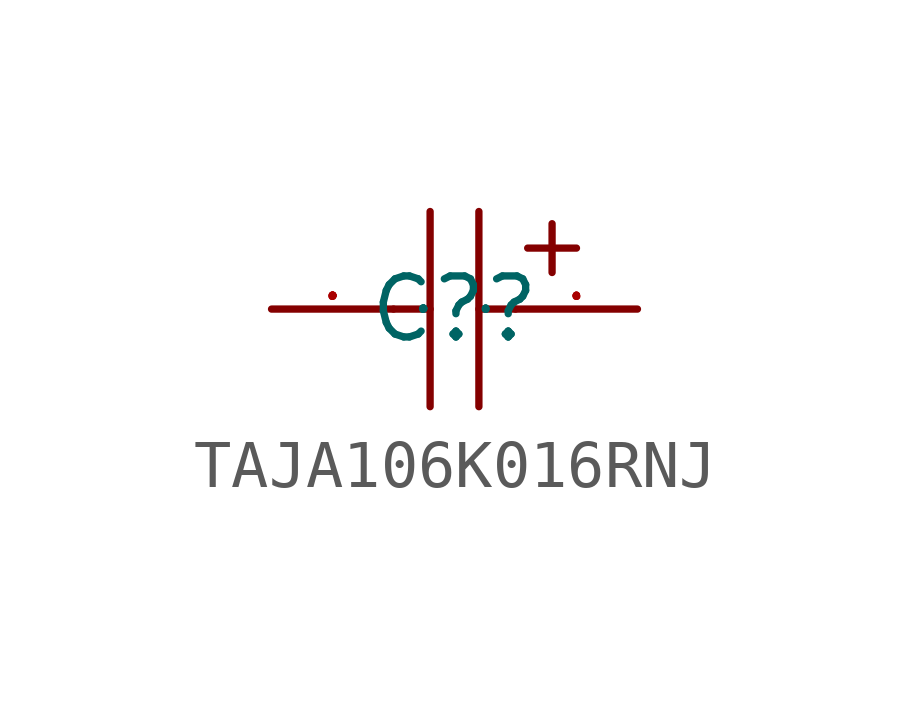
<source format=kicad_sym>
(kicad_symbol_lib
  (version 20231120)
  (generator "kicad_symbol_editor")
  (generator_version "8.0")
  (symbol "TAJA106K016RNJ"
    (property "Reference" "C?"
      (at 0 0 0)
      (effects (font (size 1.27 1.27))))
    (property "Value" ""
      (at 0 0 0)
      (effects (font (size 1.27 1.27))))
    (symbol "TAJA106K016RNJ_1_0"
      (polyline (pts (xy -0.508 -2.032) (xy -0.508 2.032)) (stroke (width 0) (type default)) (fill (type none)))
      (polyline (pts (xy -0.508 0) (xy -1.27 0)) (stroke (width 0) (type default)) (fill (type none)))
      (polyline (pts (xy 0.508 -2.032) (xy 0.508 2.032)) (stroke (width 0) (type default)) (fill (type none)))
      (polyline (pts (xy 1.27 0) (xy 0.508 0)) (stroke (width 0) (type default)) (fill (type none)))
      (polyline (pts (xy 1.524 1.27) (xy 2.54 1.27)) (stroke (width 0) (type default)) (fill (type none)))
      (polyline (pts (xy 2.032 1.778) (xy 2.032 0.762)) (stroke (width 0) (type default)) (fill (type none)))
      (pin input line (at 3.81 0 180) (length 2.54) (name "1" (effects (font (size 0.025 0.025)))) (number "1" (effects (font (size 0.025 0.025)))))
      (pin input line (at -3.81 0 0) (length 2.54) (name "2" (effects (font (size 0.025 0.025)))) (number "2" (effects (font (size 0.025 0.025))))))))
</source>
